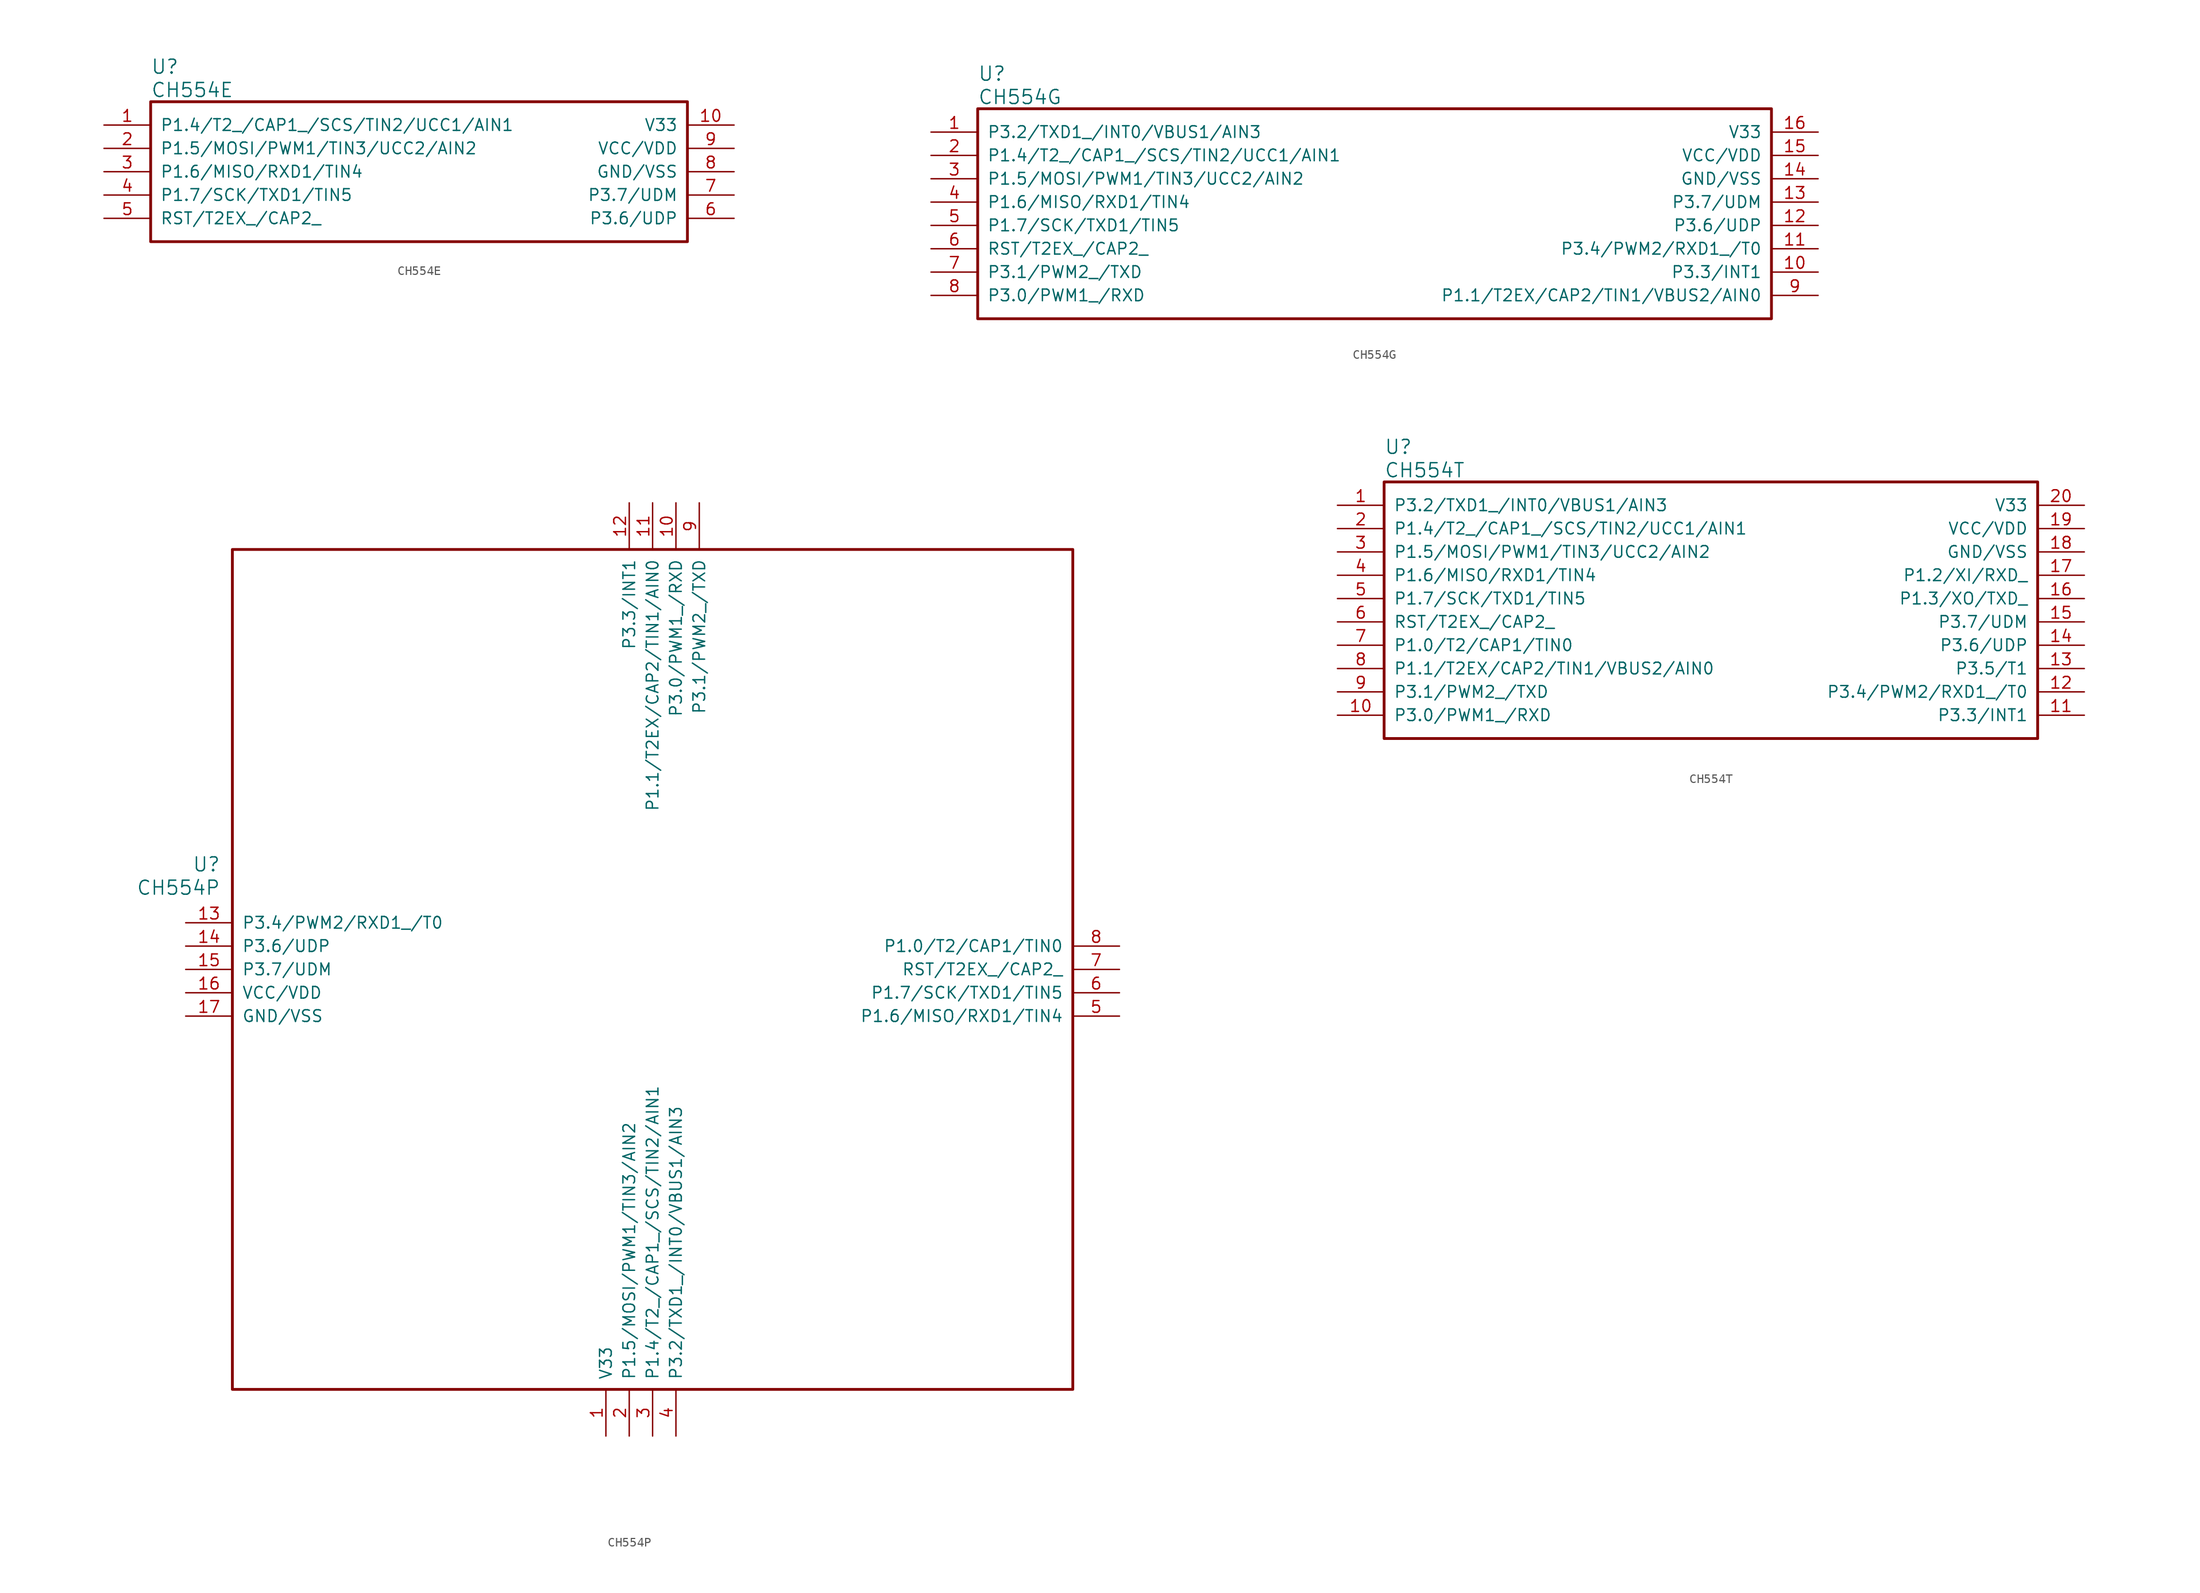
<source format=kicad_sym>
(kicad_symbol_lib
  (version 20240819)
  (generator "kicad_symbol_editor")
  (generator_version "8.99")
  (symbol "CH554E"
    (pin_names
      (offset 1.016))
    (property "Reference" "U"
      (at 5.08 6.35 0)
      (effects (font (size 1.524 1.524)) (justify left)))
    (property "Value" "CH554E"
      (at 5.08 3.81 0)
      (effects (font (size 1.524 1.524)) (justify left)))
    (property "ki_locked" ""
      (at 0 0 0)
      (effects (font (size 1.27 1.27))))
    (symbol "CH554E_1_1"
      (rectangle (start 5.08 2.54) (end 63.5 -12.7) (stroke (width 0.305) (type solid)) (fill (type none)))
      (pin bidirectional line (at 0 0 0) (length 5.08) (name "P1.4/T2_/CAP1_/SCS/TIN2/UCC1/AIN1" (effects (font (size 1.27 1.27)))) (number "1" (effects (font (size 1.27 1.27)))))
      (pin bidirectional line (at 0 -2.54 0) (length 5.08) (name "P1.5/MOSI/PWM1/TIN3/UCC2/AIN2" (effects (font (size 1.27 1.27)))) (number "2" (effects (font (size 1.27 1.27)))))
      (pin bidirectional line (at 0 -5.08 0) (length 5.08) (name "P1.6/MISO/RXD1/TIN4" (effects (font (size 1.27 1.27)))) (number "3" (effects (font (size 1.27 1.27)))))
      (pin bidirectional line (at 0 -7.62 0) (length 5.08) (name "P1.7/SCK/TXD1/TIN5" (effects (font (size 1.27 1.27)))) (number "4" (effects (font (size 1.27 1.27)))))
      (pin bidirectional line (at 0 -10.16 0) (length 5.08) (name "RST/T2EX_/CAP2_" (effects (font (size 1.27 1.27)))) (number "5" (effects (font (size 1.27 1.27)))))
      (pin power_in line (at 68.58 0 180) (length 5.08) (name "V33" (effects (font (size 1.27 1.27)))) (number "10" (effects (font (size 1.27 1.27)))))
      (pin power_in line (at 68.58 -2.54 180) (length 5.08) (name "VCC/VDD" (effects (font (size 1.27 1.27)))) (number "9" (effects (font (size 1.27 1.27)))))
      (pin power_in line (at 68.58 -5.08 180) (length 5.08) (name "GND/VSS" (effects (font (size 1.27 1.27)))) (number "8" (effects (font (size 1.27 1.27)))))
      (pin bidirectional line (at 68.58 -7.62 180) (length 5.08) (name "P3.7/UDM" (effects (font (size 1.27 1.27)))) (number "7" (effects (font (size 1.27 1.27)))))
      (pin bidirectional line (at 68.58 -10.16 180) (length 5.08) (name "P3.6/UDP" (effects (font (size 1.27 1.27)))) (number "6" (effects (font (size 1.27 1.27)))))))
  (symbol "CH554G"
    (pin_names
      (offset 1.016))
    (property "Reference" "U"
      (at 5.08 6.35 0)
      (effects (font (size 1.524 1.524)) (justify left)))
    (property "Value" "CH554G"
      (at 5.08 3.81 0)
      (effects (font (size 1.524 1.524)) (justify left)))
    (property "ki_locked" ""
      (at 0 0 0)
      (effects (font (size 1.27 1.27))))
    (symbol "CH554G_1_1"
      (rectangle (start 5.08 2.54) (end 91.44 -20.32) (stroke (width 0.305) (type solid)) (fill (type none)))
      (pin bidirectional line (at 0 0 0) (length 5.08) (name "P3.2/TXD1_/INT0/VBUS1/AIN3" (effects (font (size 1.27 1.27)))) (number "1" (effects (font (size 1.27 1.27)))))
      (pin bidirectional line (at 0 -2.54 0) (length 5.08) (name "P1.4/T2_/CAP1_/SCS/TIN2/UCC1/AIN1" (effects (font (size 1.27 1.27)))) (number "2" (effects (font (size 1.27 1.27)))))
      (pin bidirectional line (at 0 -5.08 0) (length 5.08) (name "P1.5/MOSI/PWM1/TIN3/UCC2/AIN2" (effects (font (size 1.27 1.27)))) (number "3" (effects (font (size 1.27 1.27)))))
      (pin bidirectional line (at 0 -7.62 0) (length 5.08) (name "P1.6/MISO/RXD1/TIN4" (effects (font (size 1.27 1.27)))) (number "4" (effects (font (size 1.27 1.27)))))
      (pin bidirectional line (at 0 -10.16 0) (length 5.08) (name "P1.7/SCK/TXD1/TIN5" (effects (font (size 1.27 1.27)))) (number "5" (effects (font (size 1.27 1.27)))))
      (pin bidirectional line (at 0 -12.7 0) (length 5.08) (name "RST/T2EX_/CAP2_" (effects (font (size 1.27 1.27)))) (number "6" (effects (font (size 1.27 1.27)))))
      (pin bidirectional line (at 0 -15.24 0) (length 5.08) (name "P3.1/PWM2_/TXD" (effects (font (size 1.27 1.27)))) (number "7" (effects (font (size 1.27 1.27)))))
      (pin bidirectional line (at 0 -17.78 0) (length 5.08) (name "P3.0/PWM1_/RXD" (effects (font (size 1.27 1.27)))) (number "8" (effects (font (size 1.27 1.27)))))
      (pin power_in line (at 96.52 0 180) (length 5.08) (name "V33" (effects (font (size 1.27 1.27)))) (number "16" (effects (font (size 1.27 1.27)))))
      (pin power_in line (at 96.52 -2.54 180) (length 5.08) (name "VCC/VDD" (effects (font (size 1.27 1.27)))) (number "15" (effects (font (size 1.27 1.27)))))
      (pin power_in line (at 96.52 -5.08 180) (length 5.08) (name "GND/VSS" (effects (font (size 1.27 1.27)))) (number "14" (effects (font (size 1.27 1.27)))))
      (pin bidirectional line (at 96.52 -7.62 180) (length 5.08) (name "P3.7/UDM" (effects (font (size 1.27 1.27)))) (number "13" (effects (font (size 1.27 1.27)))))
      (pin bidirectional line (at 96.52 -10.16 180) (length 5.08) (name "P3.6/UDP" (effects (font (size 1.27 1.27)))) (number "12" (effects (font (size 1.27 1.27)))))
      (pin bidirectional line (at 96.52 -12.7 180) (length 5.08) (name "P3.4/PWM2/RXD1_/T0" (effects (font (size 1.27 1.27)))) (number "11" (effects (font (size 1.27 1.27)))))
      (pin bidirectional line (at 96.52 -15.24 180) (length 5.08) (name "P3.3/INT1" (effects (font (size 1.27 1.27)))) (number "10" (effects (font (size 1.27 1.27)))))
      (pin bidirectional line (at 96.52 -17.78 180) (length 5.08) (name "P1.1/T2EX/CAP2/TIN1/VBUS2/AIN0" (effects (font (size 1.27 1.27)))) (number "9" (effects (font (size 1.27 1.27)))))))
  (symbol "CH554P"
    (pin_names
      (offset 1.016))
    (property "Reference" "U"
      (at 3.81 6.35 0)
      (effects (font (size 1.524 1.524)) (justify right)))
    (property "Value" "CH554P"
      (at 3.81 3.81 0)
      (effects (font (size 1.524 1.524)) (justify right)))
    (property "ki_locked" ""
      (at 0 0 0)
      (effects (font (size 1.27 1.27))))
    (symbol "CH554P_1_1"
      (rectangle (start 5.08 40.64) (end 96.52 -50.8) (stroke (width 0.305) (type solid)) (fill (type none)))
      (pin bidirectional line (at 0 0 0) (length 5.08) (name "P3.4/PWM2/RXD1_/T0" (effects (font (size 1.27 1.27)))) (number "13" (effects (font (size 1.27 1.27)))))
      (pin bidirectional line (at 0 -2.54 0) (length 5.08) (name "P3.6/UDP" (effects (font (size 1.27 1.27)))) (number "14" (effects (font (size 1.27 1.27)))))
      (pin bidirectional line (at 0 -5.08 0) (length 5.08) (name "P3.7/UDM" (effects (font (size 1.27 1.27)))) (number "15" (effects (font (size 1.27 1.27)))))
      (pin power_in line (at 0 -7.62 0) (length 5.08) (name "VCC/VDD" (effects (font (size 1.27 1.27)))) (number "16" (effects (font (size 1.27 1.27)))))
      (pin power_in line (at 0 -10.16 0) (length 5.08) (name "GND/VSS" (effects (font (size 1.27 1.27)))) (number "17" (effects (font (size 1.27 1.27)))))
      (pin power_in line (at 45.72 -55.88 90) (length 5.08) (name "V33" (effects (font (size 1.27 1.27)))) (number "1" (effects (font (size 1.27 1.27)))))
      (pin bidirectional line (at 48.26 45.72 270) (length 5.08) (name "P3.3/INT1" (effects (font (size 1.27 1.27)))) (number "12" (effects (font (size 1.27 1.27)))))
      (pin bidirectional line (at 48.26 -55.88 90) (length 5.08) (name "P1.5/MOSI/PWM1/TIN3/AIN2" (effects (font (size 1.27 1.27)))) (number "2" (effects (font (size 1.27 1.27)))))
      (pin bidirectional line (at 50.8 45.72 270) (length 5.08) (name "P1.1/T2EX/CAP2/TIN1/AIN0" (effects (font (size 1.27 1.27)))) (number "11" (effects (font (size 1.27 1.27)))))
      (pin bidirectional line (at 50.8 -55.88 90) (length 5.08) (name "P1.4/T2_/CAP1_/SCS/TIN2/AIN1" (effects (font (size 1.27 1.27)))) (number "3" (effects (font (size 1.27 1.27)))))
      (pin bidirectional line (at 53.34 45.72 270) (length 5.08) (name "P3.0/PWM1_/RXD" (effects (font (size 1.27 1.27)))) (number "10" (effects (font (size 1.27 1.27)))))
      (pin bidirectional line (at 53.34 -55.88 90) (length 5.08) (name "P3.2/TXD1_/INT0/VBUS1/AIN3" (effects (font (size 1.27 1.27)))) (number "4" (effects (font (size 1.27 1.27)))))
      (pin bidirectional line (at 55.88 45.72 270) (length 5.08) (name "P3.1/PWM2_/TXD" (effects (font (size 1.27 1.27)))) (number "9" (effects (font (size 1.27 1.27)))))
      (pin bidirectional line (at 101.6 -2.54 180) (length 5.08) (name "P1.0/T2/CAP1/TIN0" (effects (font (size 1.27 1.27)))) (number "8" (effects (font (size 1.27 1.27)))))
      (pin bidirectional line (at 101.6 -5.08 180) (length 5.08) (name "RST/T2EX_/CAP2_" (effects (font (size 1.27 1.27)))) (number "7" (effects (font (size 1.27 1.27)))))
      (pin bidirectional line (at 101.6 -7.62 180) (length 5.08) (name "P1.7/SCK/TXD1/TIN5" (effects (font (size 1.27 1.27)))) (number "6" (effects (font (size 1.27 1.27)))))
      (pin bidirectional line (at 101.6 -10.16 180) (length 5.08) (name "P1.6/MISO/RXD1/TIN4" (effects (font (size 1.27 1.27)))) (number "5" (effects (font (size 1.27 1.27)))))))
  (symbol "CH554T"
    (pin_names
      (offset 1.016))
    (property "Reference" "U"
      (at 5.08 6.35 0)
      (effects (font (size 1.524 1.524)) (justify left)))
    (property "Value" "CH554T"
      (at 5.08 3.81 0)
      (effects (font (size 1.524 1.524)) (justify left)))
    (property "ki_locked" ""
      (at 0 0 0)
      (effects (font (size 1.27 1.27))))
    (symbol "CH554T_1_1"
      (rectangle (start 5.08 2.54) (end 76.2 -25.4) (stroke (width 0.305) (type solid)) (fill (type none)))
      (pin bidirectional line (at 0 0 0) (length 5.08) (name "P3.2/TXD1_/INT0/VBUS1/AIN3" (effects (font (size 1.27 1.27)))) (number "1" (effects (font (size 1.27 1.27)))))
      (pin bidirectional line (at 0 -2.54 0) (length 5.08) (name "P1.4/T2_/CAP1_/SCS/TIN2/UCC1/AIN1" (effects (font (size 1.27 1.27)))) (number "2" (effects (font (size 1.27 1.27)))))
      (pin bidirectional line (at 0 -5.08 0) (length 5.08) (name "P1.5/MOSI/PWM1/TIN3/UCC2/AIN2" (effects (font (size 1.27 1.27)))) (number "3" (effects (font (size 1.27 1.27)))))
      (pin bidirectional line (at 0 -7.62 0) (length 5.08) (name "P1.6/MISO/RXD1/TIN4" (effects (font (size 1.27 1.27)))) (number "4" (effects (font (size 1.27 1.27)))))
      (pin bidirectional line (at 0 -10.16 0) (length 5.08) (name "P1.7/SCK/TXD1/TIN5" (effects (font (size 1.27 1.27)))) (number "5" (effects (font (size 1.27 1.27)))))
      (pin bidirectional line (at 0 -12.7 0) (length 5.08) (name "RST/T2EX_/CAP2_" (effects (font (size 1.27 1.27)))) (number "6" (effects (font (size 1.27 1.27)))))
      (pin bidirectional line (at 0 -15.24 0) (length 5.08) (name "P1.0/T2/CAP1/TIN0" (effects (font (size 1.27 1.27)))) (number "7" (effects (font (size 1.27 1.27)))))
      (pin bidirectional line (at 0 -17.78 0) (length 5.08) (name "P1.1/T2EX/CAP2/TIN1/VBUS2/AIN0" (effects (font (size 1.27 1.27)))) (number "8" (effects (font (size 1.27 1.27)))))
      (pin bidirectional line (at 0 -20.32 0) (length 5.08) (name "P3.1/PWM2_/TXD" (effects (font (size 1.27 1.27)))) (number "9" (effects (font (size 1.27 1.27)))))
      (pin bidirectional line (at 0 -22.86 0) (length 5.08) (name "P3.0/PWM1_/RXD" (effects (font (size 1.27 1.27)))) (number "10" (effects (font (size 1.27 1.27)))))
      (pin power_in line (at 81.28 0 180) (length 5.08) (name "V33" (effects (font (size 1.27 1.27)))) (number "20" (effects (font (size 1.27 1.27)))))
      (pin power_in line (at 81.28 -2.54 180) (length 5.08) (name "VCC/VDD" (effects (font (size 1.27 1.27)))) (number "19" (effects (font (size 1.27 1.27)))))
      (pin power_in line (at 81.28 -5.08 180) (length 5.08) (name "GND/VSS" (effects (font (size 1.27 1.27)))) (number "18" (effects (font (size 1.27 1.27)))))
      (pin bidirectional line (at 81.28 -7.62 180) (length 5.08) (name "P1.2/XI/RXD_" (effects (font (size 1.27 1.27)))) (number "17" (effects (font (size 1.27 1.27)))))
      (pin bidirectional line (at 81.28 -10.16 180) (length 5.08) (name "P1.3/XO/TXD_" (effects (font (size 1.27 1.27)))) (number "16" (effects (font (size 1.27 1.27)))))
      (pin bidirectional line (at 81.28 -12.7 180) (length 5.08) (name "P3.7/UDM" (effects (font (size 1.27 1.27)))) (number "15" (effects (font (size 1.27 1.27)))))
      (pin bidirectional line (at 81.28 -15.24 180) (length 5.08) (name "P3.6/UDP" (effects (font (size 1.27 1.27)))) (number "14" (effects (font (size 1.27 1.27)))))
      (pin bidirectional line (at 81.28 -17.78 180) (length 5.08) (name "P3.5/T1" (effects (font (size 1.27 1.27)))) (number "13" (effects (font (size 1.27 1.27)))))
      (pin bidirectional line (at 81.28 -20.32 180) (length 5.08) (name "P3.4/PWM2/RXD1_/T0" (effects (font (size 1.27 1.27)))) (number "12" (effects (font (size 1.27 1.27)))))
      (pin bidirectional line (at 81.28 -22.86 180) (length 5.08) (name "P3.3/INT1" (effects (font (size 1.27 1.27)))) (number "11" (effects (font (size 1.27 1.27))))))))
</source>
